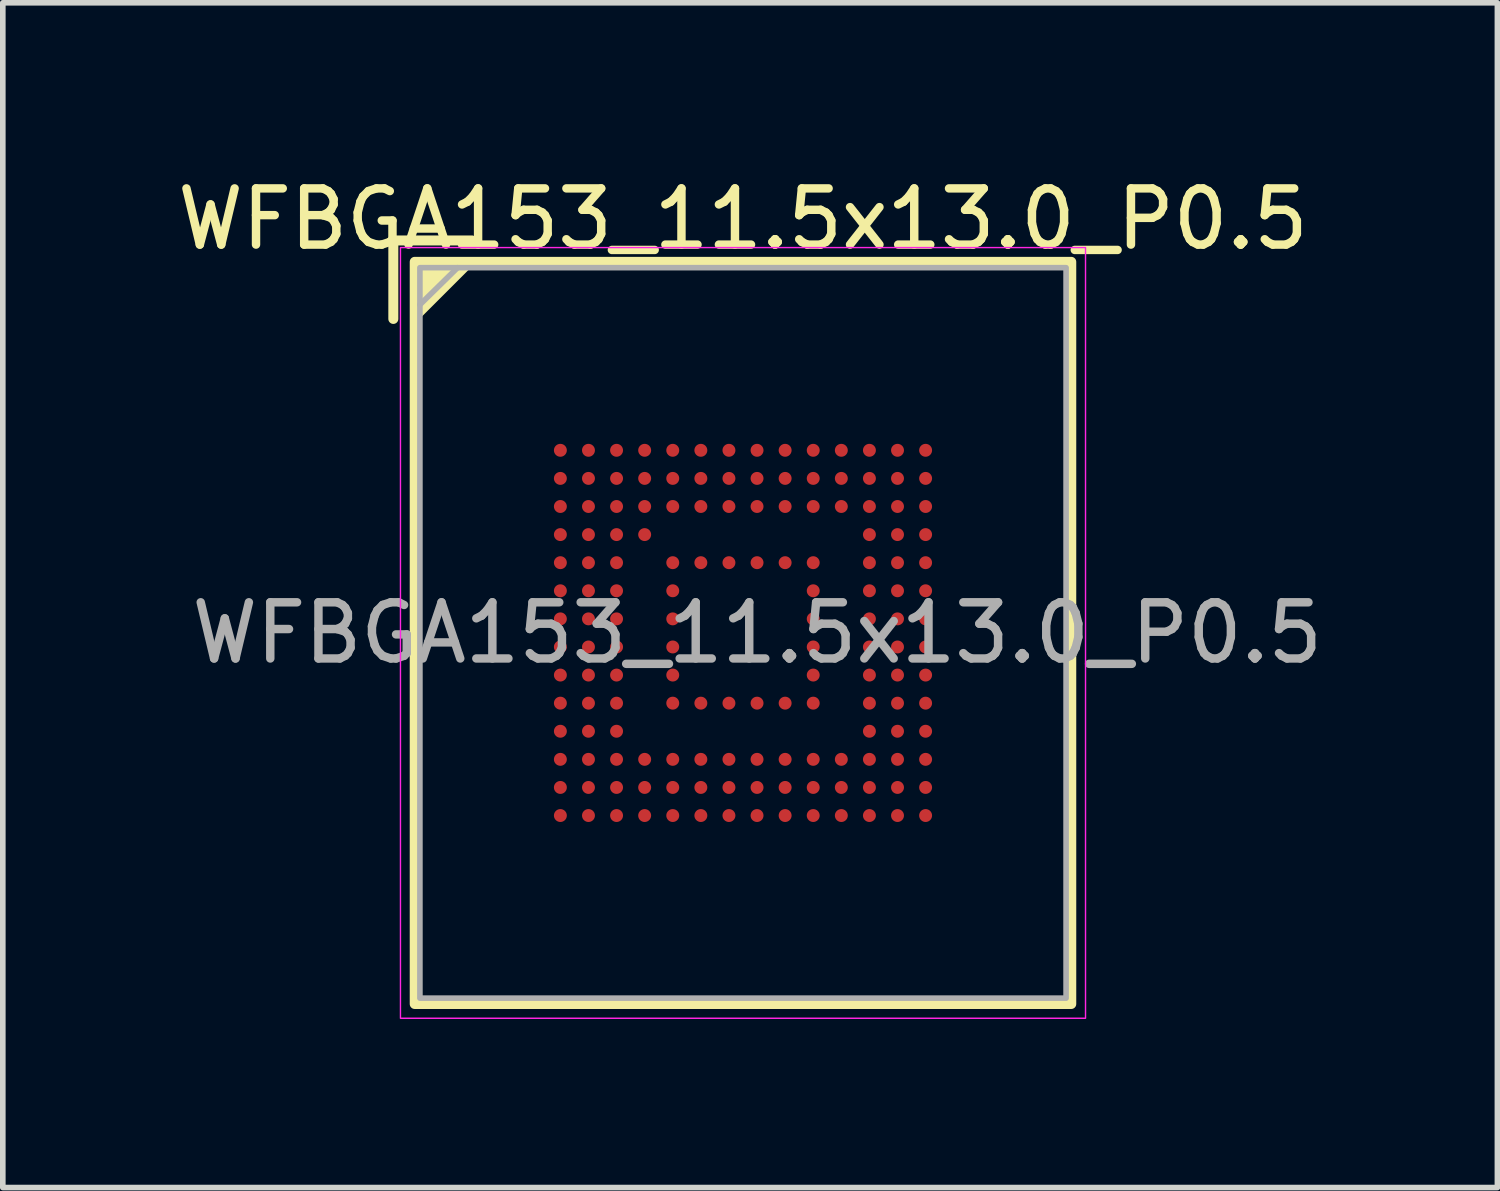
<source format=kicad_pcb>
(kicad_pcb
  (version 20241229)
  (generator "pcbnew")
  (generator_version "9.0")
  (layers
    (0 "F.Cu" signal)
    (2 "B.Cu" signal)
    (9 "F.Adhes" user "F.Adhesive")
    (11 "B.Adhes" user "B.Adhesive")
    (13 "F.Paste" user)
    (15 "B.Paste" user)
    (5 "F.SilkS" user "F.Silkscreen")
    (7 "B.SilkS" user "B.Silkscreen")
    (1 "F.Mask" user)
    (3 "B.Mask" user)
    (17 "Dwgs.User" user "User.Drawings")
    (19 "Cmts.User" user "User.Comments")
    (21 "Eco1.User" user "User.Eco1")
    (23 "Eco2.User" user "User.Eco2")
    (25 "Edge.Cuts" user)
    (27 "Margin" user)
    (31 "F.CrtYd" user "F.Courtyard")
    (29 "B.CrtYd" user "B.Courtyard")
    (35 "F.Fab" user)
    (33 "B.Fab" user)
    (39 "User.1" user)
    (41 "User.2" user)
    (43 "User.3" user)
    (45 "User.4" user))
  (footprint "WFBGA153_11.5x13.0_P0.5"
    (layer "F.Cu")
    (at 10.173 8.214)
    (property "Reference" "WFBGA153_11.5x13.0_P0.5" (at 0 -7.366 0) (unlocked yes) (layer "F.SilkS") (effects (font (size 1 1) (thickness 0.15))))
    (attr smd)
    (fp_line (start -6.223 -6.985) (end -4.826 -6.985) (stroke (width 0.178) (type solid)) (layer "F.SilkS"))
    (fp_line (start -6.223 -5.588) (end -6.223 -6.985) (stroke (width 0.178) (type solid)) (layer "F.SilkS"))
    (fp_rect (start -5.842 -6.604) (end 5.842 6.604) (stroke (width 0.178) (type solid)) (fill no) (layer "F.SilkS"))
    (fp_poly (pts (xy -5.842 -5.588) (xy -5.842 -6.604) (xy -4.826 -6.604)) (stroke (width 0.12) (type solid)) (fill yes) (layer "F.SilkS"))
    (fp_rect (start -6.096 -6.858) (end 6.096 6.858) (stroke (width 0.025) (type solid)) (fill no) (layer "F.CrtYd"))
    (fp_line (start -5.75 -5.842) (end -5.08 -6.5) (stroke (width 0.1) (type solid)) (layer "F.Fab"))
    (fp_rect (start -5.75 -6.5) (end 5.75 6.5) (stroke (width 0.1) (type solid)) (fill no) (layer "F.Fab"))
    (fp_text user "${REFERENCE}" (at 0.254 0 0) (unlocked yes) (layer "F.Fab") (effects (font (size 1 1) (thickness 0.15))))
    (pad "A1" smd circle (at -3.25 -3.25) (size 0.23 0.23) (layers "F.Cu" "F.Mask" "F.Paste"))
    (pad "A2" smd circle (at -2.75 -3.25) (size 0.23 0.23) (layers "F.Cu" "F.Mask" "F.Paste"))
    (pad "A3" smd circle (at -2.25 -3.25) (size 0.23 0.23) (layers "F.Cu" "F.Mask" "F.Paste"))
    (pad "A4" smd circle (at -1.75 -3.25) (size 0.23 0.23) (layers "F.Cu" "F.Mask" "F.Paste"))
    (pad "A5" smd circle (at -1.25 -3.25) (size 0.23 0.23) (layers "F.Cu" "F.Mask" "F.Paste"))
    (pad "A6" smd circle (at -0.75 -3.25) (size 0.23 0.23) (layers "F.Cu" "F.Mask" "F.Paste"))
    (pad "A7" smd circle (at -0.25 -3.25) (size 0.23 0.23) (layers "F.Cu" "F.Mask" "F.Paste"))
    (pad "A8" smd circle (at 0.25 -3.25) (size 0.23 0.23) (layers "F.Cu" "F.Mask" "F.Paste"))
    (pad "A9" smd circle (at 0.75 -3.25) (size 0.23 0.23) (layers "F.Cu" "F.Mask" "F.Paste"))
    (pad "A10" smd circle (at 1.25 -3.25) (size 0.23 0.23) (layers "F.Cu" "F.Mask" "F.Paste"))
    (pad "A11" smd circle (at 1.75 -3.25) (size 0.23 0.23) (layers "F.Cu" "F.Mask" "F.Paste"))
    (pad "A12" smd circle (at 2.25 -3.25) (size 0.23 0.23) (layers "F.Cu" "F.Mask" "F.Paste"))
    (pad "A13" smd circle (at 2.75 -3.25) (size 0.23 0.23) (layers "F.Cu" "F.Mask" "F.Paste"))
    (pad "A14" smd circle (at 3.25 -3.25) (size 0.23 0.23) (layers "F.Cu" "F.Mask" "F.Paste"))
    (pad "B1" smd circle (at -3.25 -2.75) (size 0.23 0.23) (layers "F.Cu" "F.Mask" "F.Paste"))
    (pad "B2" smd circle (at -2.75 -2.75) (size 0.23 0.23) (layers "F.Cu" "F.Mask" "F.Paste"))
    (pad "B3" smd circle (at -2.25 -2.75) (size 0.23 0.23) (layers "F.Cu" "F.Mask" "F.Paste"))
    (pad "B4" smd circle (at -1.75 -2.75) (size 0.23 0.23) (layers "F.Cu" "F.Mask" "F.Paste"))
    (pad "B5" smd circle (at -1.25 -2.75) (size 0.23 0.23) (layers "F.Cu" "F.Mask" "F.Paste"))
    (pad "B6" smd circle (at -0.75 -2.75) (size 0.23 0.23) (layers "F.Cu" "F.Mask" "F.Paste"))
    (pad "B7" smd circle (at -0.25 -2.75) (size 0.23 0.23) (layers "F.Cu" "F.Mask" "F.Paste"))
    (pad "B8" smd circle (at 0.25 -2.75) (size 0.23 0.23) (layers "F.Cu" "F.Mask" "F.Paste"))
    (pad "B9" smd circle (at 0.75 -2.75) (size 0.23 0.23) (layers "F.Cu" "F.Mask" "F.Paste"))
    (pad "B10" smd circle (at 1.25 -2.75) (size 0.23 0.23) (layers "F.Cu" "F.Mask" "F.Paste"))
    (pad "B11" smd circle (at 1.75 -2.75) (size 0.23 0.23) (layers "F.Cu" "F.Mask" "F.Paste"))
    (pad "B12" smd circle (at 2.25 -2.75) (size 0.23 0.23) (layers "F.Cu" "F.Mask" "F.Paste"))
    (pad "B13" smd circle (at 2.75 -2.75) (size 0.23 0.23) (layers "F.Cu" "F.Mask" "F.Paste"))
    (pad "B14" smd circle (at 3.25 -2.75) (size 0.23 0.23) (layers "F.Cu" "F.Mask" "F.Paste"))
    (pad "C1" smd circle (at -3.25 -2.25) (size 0.23 0.23) (layers "F.Cu" "F.Mask" "F.Paste"))
    (pad "C2" smd circle (at -2.75 -2.25) (size 0.23 0.23) (layers "F.Cu" "F.Mask" "F.Paste"))
    (pad "C3" smd circle (at -2.25 -2.25) (size 0.23 0.23) (layers "F.Cu" "F.Mask" "F.Paste"))
    (pad "C4" smd circle (at -1.75 -2.25) (size 0.23 0.23) (layers "F.Cu" "F.Mask" "F.Paste"))
    (pad "C5" smd circle (at -1.25 -2.25) (size 0.23 0.23) (layers "F.Cu" "F.Mask" "F.Paste"))
    (pad "C6" smd circle (at -0.75 -2.25) (size 0.23 0.23) (layers "F.Cu" "F.Mask" "F.Paste"))
    (pad "C7" smd circle (at -0.25 -2.25) (size 0.23 0.23) (layers "F.Cu" "F.Mask" "F.Paste"))
    (pad "C8" smd circle (at 0.25 -2.25) (size 0.23 0.23) (layers "F.Cu" "F.Mask" "F.Paste"))
    (pad "C9" smd circle (at 0.75 -2.25) (size 0.23 0.23) (layers "F.Cu" "F.Mask" "F.Paste"))
    (pad "C10" smd circle (at 1.25 -2.25) (size 0.23 0.23) (layers "F.Cu" "F.Mask" "F.Paste"))
    (pad "C11" smd circle (at 1.75 -2.25) (size 0.23 0.23) (layers "F.Cu" "F.Mask" "F.Paste"))
    (pad "C12" smd circle (at 2.25 -2.25) (size 0.23 0.23) (layers "F.Cu" "F.Mask" "F.Paste"))
    (pad "C13" smd circle (at 2.75 -2.25) (size 0.23 0.23) (layers "F.Cu" "F.Mask" "F.Paste"))
    (pad "C14" smd circle (at 3.25 -2.25) (size 0.23 0.23) (layers "F.Cu" "F.Mask" "F.Paste"))
    (pad "D1" smd circle (at -3.25 -1.75) (size 0.23 0.23) (layers "F.Cu" "F.Mask" "F.Paste"))
    (pad "D2" smd circle (at -2.75 -1.75) (size 0.23 0.23) (layers "F.Cu" "F.Mask" "F.Paste"))
    (pad "D3" smd circle (at -2.25 -1.75) (size 0.23 0.23) (layers "F.Cu" "F.Mask" "F.Paste"))
    (pad "D4" smd circle (at -1.75 -1.75) (size 0.23 0.23) (layers "F.Cu" "F.Mask" "F.Paste"))
    (pad "D12" smd circle (at 2.25 -1.75) (size 0.23 0.23) (layers "F.Cu" "F.Mask" "F.Paste"))
    (pad "D13" smd circle (at 2.75 -1.75) (size 0.23 0.23) (layers "F.Cu" "F.Mask" "F.Paste"))
    (pad "D14" smd circle (at 3.25 -1.75) (size 0.23 0.23) (layers "F.Cu" "F.Mask" "F.Paste"))
    (pad "E1" smd circle (at -3.25 -1.25) (size 0.23 0.23) (layers "F.Cu" "F.Mask" "F.Paste"))
    (pad "E2" smd circle (at -2.75 -1.25) (size 0.23 0.23) (layers "F.Cu" "F.Mask" "F.Paste"))
    (pad "E3" smd circle (at -2.25 -1.25) (size 0.23 0.23) (layers "F.Cu" "F.Mask" "F.Paste"))
    (pad "E5" smd circle (at -1.25 -1.25) (size 0.23 0.23) (layers "F.Cu" "F.Mask" "F.Paste"))
    (pad "E6" smd circle (at -0.75 -1.25) (size 0.23 0.23) (layers "F.Cu" "F.Mask" "F.Paste"))
    (pad "E7" smd circle (at -0.25 -1.25) (size 0.23 0.23) (layers "F.Cu" "F.Mask" "F.Paste"))
    (pad "E8" smd circle (at 0.25 -1.25) (size 0.23 0.23) (layers "F.Cu" "F.Mask" "F.Paste"))
    (pad "E9" smd circle (at 0.75 -1.25) (size 0.23 0.23) (layers "F.Cu" "F.Mask" "F.Paste"))
    (pad "E10" smd circle (at 1.25 -1.25) (size 0.23 0.23) (layers "F.Cu" "F.Mask" "F.Paste"))
    (pad "E12" smd circle (at 2.25 -1.25) (size 0.23 0.23) (layers "F.Cu" "F.Mask" "F.Paste"))
    (pad "E13" smd circle (at 2.75 -1.25) (size 0.23 0.23) (layers "F.Cu" "F.Mask" "F.Paste"))
    (pad "E14" smd circle (at 3.25 -1.25) (size 0.23 0.23) (layers "F.Cu" "F.Mask" "F.Paste"))
    (pad "F1" smd circle (at -3.25 -0.75) (size 0.23 0.23) (layers "F.Cu" "F.Mask" "F.Paste"))
    (pad "F2" smd circle (at -2.75 -0.75) (size 0.23 0.23) (layers "F.Cu" "F.Mask" "F.Paste"))
    (pad "F3" smd circle (at -2.25 -0.75) (size 0.23 0.23) (layers "F.Cu" "F.Mask" "F.Paste"))
    (pad "F5" smd circle (at -1.25 -0.75) (size 0.23 0.23) (layers "F.Cu" "F.Mask" "F.Paste"))
    (pad "F10" smd circle (at 1.25 -0.75) (size 0.23 0.23) (layers "F.Cu" "F.Mask" "F.Paste"))
    (pad "F12" smd circle (at 2.25 -0.75) (size 0.23 0.23) (layers "F.Cu" "F.Mask" "F.Paste"))
    (pad "F13" smd circle (at 2.75 -0.75) (size 0.23 0.23) (layers "F.Cu" "F.Mask" "F.Paste"))
    (pad "F14" smd circle (at 3.25 -0.75) (size 0.23 0.23) (layers "F.Cu" "F.Mask" "F.Paste"))
    (pad "G1" smd circle (at -3.25 -0.25) (size 0.23 0.23) (layers "F.Cu" "F.Mask" "F.Paste"))
    (pad "G2" smd circle (at -2.75 -0.25) (size 0.23 0.23) (layers "F.Cu" "F.Mask" "F.Paste"))
    (pad "G3" smd circle (at -2.25 -0.25) (size 0.23 0.23) (layers "F.Cu" "F.Mask" "F.Paste"))
    (pad "G5" smd circle (at -1.25 -0.25) (size 0.23 0.23) (layers "F.Cu" "F.Mask" "F.Paste"))
    (pad "G10" smd circle (at 1.25 -0.25) (size 0.23 0.23) (layers "F.Cu" "F.Mask" "F.Paste"))
    (pad "G12" smd circle (at 2.25 -0.25) (size 0.23 0.23) (layers "F.Cu" "F.Mask" "F.Paste"))
    (pad "G13" smd circle (at 2.75 -0.25) (size 0.23 0.23) (layers "F.Cu" "F.Mask" "F.Paste"))
    (pad "G14" smd circle (at 3.25 -0.25) (size 0.23 0.23) (layers "F.Cu" "F.Mask" "F.Paste"))
    (pad "H1" smd circle (at -3.25 0.25) (size 0.23 0.23) (layers "F.Cu" "F.Mask" "F.Paste"))
    (pad "H2" smd circle (at -2.75 0.25) (size 0.23 0.23) (layers "F.Cu" "F.Mask" "F.Paste"))
    (pad "H3" smd circle (at -2.25 0.25) (size 0.23 0.23) (layers "F.Cu" "F.Mask" "F.Paste"))
    (pad "H5" smd circle (at -1.25 0.25) (size 0.23 0.23) (layers "F.Cu" "F.Mask" "F.Paste"))
    (pad "H10" smd circle (at 1.25 0.25) (size 0.23 0.23) (layers "F.Cu" "F.Mask" "F.Paste"))
    (pad "H12" smd circle (at 2.25 0.25) (size 0.23 0.23) (layers "F.Cu" "F.Mask" "F.Paste"))
    (pad "H13" smd circle (at 2.75 0.25) (size 0.23 0.23) (layers "F.Cu" "F.Mask" "F.Paste"))
    (pad "H14" smd circle (at 3.25 0.25) (size 0.23 0.23) (layers "F.Cu" "F.Mask" "F.Paste"))
    (pad "J1" smd circle (at -3.25 0.75) (size 0.23 0.23) (layers "F.Cu" "F.Mask" "F.Paste"))
    (pad "J2" smd circle (at -2.75 0.75) (size 0.23 0.23) (layers "F.Cu" "F.Mask" "F.Paste"))
    (pad "J3" smd circle (at -2.25 0.75) (size 0.23 0.23) (layers "F.Cu" "F.Mask" "F.Paste"))
    (pad "J5" smd circle (at -1.25 0.75) (size 0.23 0.23) (layers "F.Cu" "F.Mask" "F.Paste"))
    (pad "J10" smd circle (at 1.25 0.75) (size 0.23 0.23) (layers "F.Cu" "F.Mask" "F.Paste"))
    (pad "J12" smd circle (at 2.25 0.75) (size 0.23 0.23) (layers "F.Cu" "F.Mask" "F.Paste"))
    (pad "J13" smd circle (at 2.75 0.75) (size 0.23 0.23) (layers "F.Cu" "F.Mask" "F.Paste"))
    (pad "J14" smd circle (at 3.25 0.75) (size 0.23 0.23) (layers "F.Cu" "F.Mask" "F.Paste"))
    (pad "K1" smd circle (at -3.25 1.25) (size 0.23 0.23) (layers "F.Cu" "F.Mask" "F.Paste"))
    (pad "K2" smd circle (at -2.75 1.25) (size 0.23 0.23) (layers "F.Cu" "F.Mask" "F.Paste"))
    (pad "K3" smd circle (at -2.25 1.25) (size 0.23 0.23) (layers "F.Cu" "F.Mask" "F.Paste"))
    (pad "K5" smd circle (at -1.25 1.25) (size 0.23 0.23) (layers "F.Cu" "F.Mask" "F.Paste"))
    (pad "K6" smd circle (at -0.75 1.25) (size 0.23 0.23) (layers "F.Cu" "F.Mask" "F.Paste"))
    (pad "K7" smd circle (at -0.25 1.25) (size 0.23 0.23) (layers "F.Cu" "F.Mask" "F.Paste"))
    (pad "K8" smd circle (at 0.25 1.25) (size 0.23 0.23) (layers "F.Cu" "F.Mask" "F.Paste"))
    (pad "K9" smd circle (at 0.75 1.25) (size 0.23 0.23) (layers "F.Cu" "F.Mask" "F.Paste"))
    (pad "K10" smd circle (at 1.25 1.25) (size 0.23 0.23) (layers "F.Cu" "F.Mask" "F.Paste"))
    (pad "K12" smd circle (at 2.25 1.25) (size 0.23 0.23) (layers "F.Cu" "F.Mask" "F.Paste"))
    (pad "K13" smd circle (at 2.75 1.25) (size 0.23 0.23) (layers "F.Cu" "F.Mask" "F.Paste"))
    (pad "K14" smd circle (at 3.25 1.25) (size 0.23 0.23) (layers "F.Cu" "F.Mask" "F.Paste"))
    (pad "L1" smd circle (at -3.25 1.75) (size 0.23 0.23) (layers "F.Cu" "F.Mask" "F.Paste"))
    (pad "L2" smd circle (at -2.75 1.75) (size 0.23 0.23) (layers "F.Cu" "F.Mask" "F.Paste"))
    (pad "L3" smd circle (at -2.25 1.75) (size 0.23 0.23) (layers "F.Cu" "F.Mask" "F.Paste"))
    (pad "L12" smd circle (at 2.25 1.75) (size 0.23 0.23) (layers "F.Cu" "F.Mask" "F.Paste"))
    (pad "L13" smd circle (at 2.75 1.75) (size 0.23 0.23) (layers "F.Cu" "F.Mask" "F.Paste"))
    (pad "L14" smd circle (at 3.25 1.75) (size 0.23 0.23) (layers "F.Cu" "F.Mask" "F.Paste"))
    (pad "M1" smd circle (at -3.25 2.25) (size 0.23 0.23) (layers "F.Cu" "F.Mask" "F.Paste"))
    (pad "M2" smd circle (at -2.75 2.25) (size 0.23 0.23) (layers "F.Cu" "F.Mask" "F.Paste"))
    (pad "M3" smd circle (at -2.25 2.25) (size 0.23 0.23) (layers "F.Cu" "F.Mask" "F.Paste"))
    (pad "M4" smd circle (at -1.75 2.25) (size 0.23 0.23) (layers "F.Cu" "F.Mask" "F.Paste"))
    (pad "M5" smd circle (at -1.25 2.25) (size 0.23 0.23) (layers "F.Cu" "F.Mask" "F.Paste"))
    (pad "M6" smd circle (at -0.75 2.25) (size 0.23 0.23) (layers "F.Cu" "F.Mask" "F.Paste"))
    (pad "M7" smd circle (at -0.25 2.25) (size 0.23 0.23) (layers "F.Cu" "F.Mask" "F.Paste"))
    (pad "M8" smd circle (at 0.25 2.25) (size 0.23 0.23) (layers "F.Cu" "F.Mask" "F.Paste"))
    (pad "M9" smd circle (at 0.75 2.25) (size 0.23 0.23) (layers "F.Cu" "F.Mask" "F.Paste"))
    (pad "M10" smd circle (at 1.25 2.25) (size 0.23 0.23) (layers "F.Cu" "F.Mask" "F.Paste"))
    (pad "M11" smd circle (at 1.75 2.25) (size 0.23 0.23) (layers "F.Cu" "F.Mask" "F.Paste"))
    (pad "M12" smd circle (at 2.25 2.25) (size 0.23 0.23) (layers "F.Cu" "F.Mask" "F.Paste"))
    (pad "M13" smd circle (at 2.75 2.25) (size 0.23 0.23) (layers "F.Cu" "F.Mask" "F.Paste"))
    (pad "M14" smd circle (at 3.25 2.25) (size 0.23 0.23) (layers "F.Cu" "F.Mask" "F.Paste"))
    (pad "N1" smd circle (at -3.25 2.75) (size 0.23 0.23) (layers "F.Cu" "F.Mask" "F.Paste"))
    (pad "N2" smd circle (at -2.75 2.75) (size 0.23 0.23) (layers "F.Cu" "F.Mask" "F.Paste"))
    (pad "N3" smd circle (at -2.25 2.75) (size 0.23 0.23) (layers "F.Cu" "F.Mask" "F.Paste"))
    (pad "N4" smd circle (at -1.75 2.75) (size 0.23 0.23) (layers "F.Cu" "F.Mask" "F.Paste"))
    (pad "N5" smd circle (at -1.25 2.75) (size 0.23 0.23) (layers "F.Cu" "F.Mask" "F.Paste"))
    (pad "N6" smd circle (at -0.75 2.75) (size 0.23 0.23) (layers "F.Cu" "F.Mask" "F.Paste"))
    (pad "N7" smd circle (at -0.25 2.75) (size 0.23 0.23) (layers "F.Cu" "F.Mask" "F.Paste"))
    (pad "N8" smd circle (at 0.25 2.75) (size 0.23 0.23) (layers "F.Cu" "F.Mask" "F.Paste"))
    (pad "N9" smd circle (at 0.75 2.75) (size 0.23 0.23) (layers "F.Cu" "F.Mask" "F.Paste"))
    (pad "N10" smd circle (at 1.25 2.75) (size 0.23 0.23) (layers "F.Cu" "F.Mask" "F.Paste"))
    (pad "N11" smd circle (at 1.75 2.75) (size 0.23 0.23) (layers "F.Cu" "F.Mask" "F.Paste"))
    (pad "N12" smd circle (at 2.25 2.75) (size 0.23 0.23) (layers "F.Cu" "F.Mask" "F.Paste"))
    (pad "N13" smd circle (at 2.75 2.75) (size 0.23 0.23) (layers "F.Cu" "F.Mask" "F.Paste"))
    (pad "N14" smd circle (at 3.25 2.75) (size 0.23 0.23) (layers "F.Cu" "F.Mask" "F.Paste"))
    (pad "P1" smd circle (at -3.25 3.25) (size 0.23 0.23) (layers "F.Cu" "F.Mask" "F.Paste"))
    (pad "P2" smd circle (at -2.75 3.25) (size 0.23 0.23) (layers "F.Cu" "F.Mask" "F.Paste"))
    (pad "P3" smd circle (at -2.25 3.25) (size 0.23 0.23) (layers "F.Cu" "F.Mask" "F.Paste"))
    (pad "P4" smd circle (at -1.75 3.25) (size 0.23 0.23) (layers "F.Cu" "F.Mask" "F.Paste"))
    (pad "P5" smd circle (at -1.25 3.25) (size 0.23 0.23) (layers "F.Cu" "F.Mask" "F.Paste"))
    (pad "P6" smd circle (at -0.75 3.25) (size 0.23 0.23) (layers "F.Cu" "F.Mask" "F.Paste"))
    (pad "P7" smd circle (at -0.25 3.25) (size 0.23 0.23) (layers "F.Cu" "F.Mask" "F.Paste"))
    (pad "P8" smd circle (at 0.25 3.25) (size 0.23 0.23) (layers "F.Cu" "F.Mask" "F.Paste"))
    (pad "P9" smd circle (at 0.75 3.25) (size 0.23 0.23) (layers "F.Cu" "F.Mask" "F.Paste"))
    (pad "P10" smd circle (at 1.25 3.25) (size 0.23 0.23) (layers "F.Cu" "F.Mask" "F.Paste"))
    (pad "P11" smd circle (at 1.75 3.25) (size 0.23 0.23) (layers "F.Cu" "F.Mask" "F.Paste"))
    (pad "P12" smd circle (at 2.25 3.25) (size 0.23 0.23) (layers "F.Cu" "F.Mask" "F.Paste"))
    (pad "P13" smd circle (at 2.75 3.25) (size 0.23 0.23) (layers "F.Cu" "F.Mask" "F.Paste"))
    (pad "P14" smd circle (at 3.25 3.25) (size 0.23 0.23) (layers "F.Cu" "F.Mask" "F.Paste")))
  (gr_rect
    (start -3 -3)
    (end 23.599 18.085)
    (stroke (width 0.1) (type default))
    (fill no)
    (layer "Edge.Cuts")))
</source>
